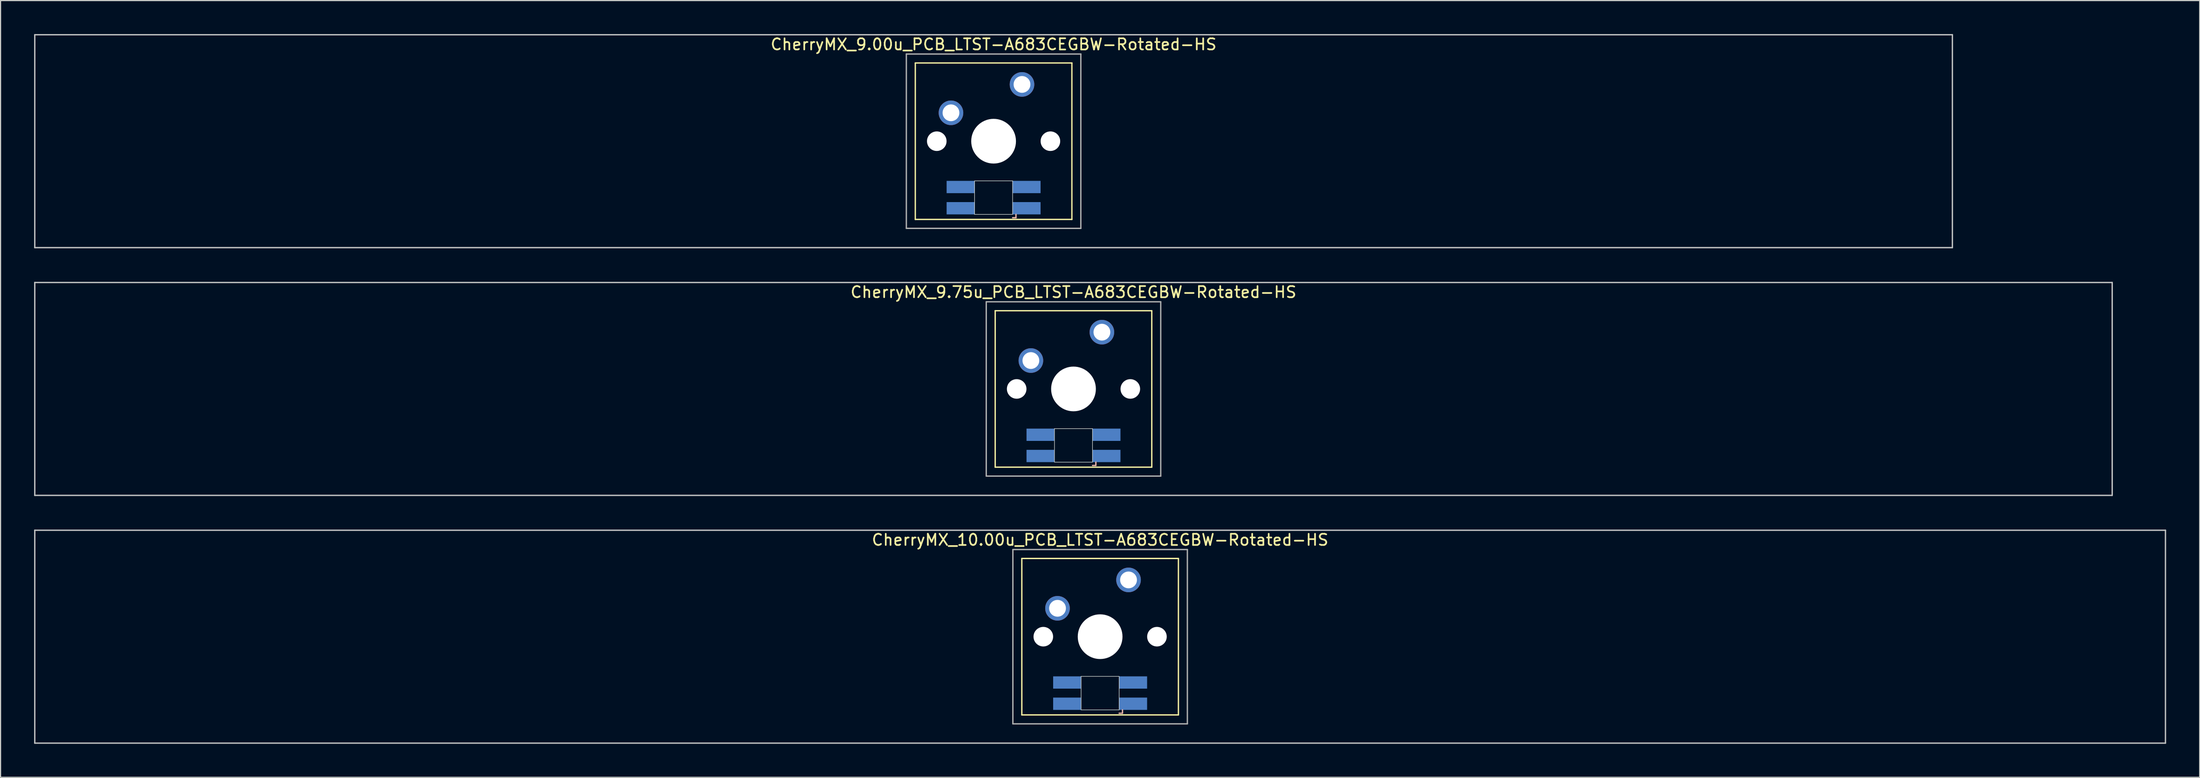
<source format=kicad_pcb>
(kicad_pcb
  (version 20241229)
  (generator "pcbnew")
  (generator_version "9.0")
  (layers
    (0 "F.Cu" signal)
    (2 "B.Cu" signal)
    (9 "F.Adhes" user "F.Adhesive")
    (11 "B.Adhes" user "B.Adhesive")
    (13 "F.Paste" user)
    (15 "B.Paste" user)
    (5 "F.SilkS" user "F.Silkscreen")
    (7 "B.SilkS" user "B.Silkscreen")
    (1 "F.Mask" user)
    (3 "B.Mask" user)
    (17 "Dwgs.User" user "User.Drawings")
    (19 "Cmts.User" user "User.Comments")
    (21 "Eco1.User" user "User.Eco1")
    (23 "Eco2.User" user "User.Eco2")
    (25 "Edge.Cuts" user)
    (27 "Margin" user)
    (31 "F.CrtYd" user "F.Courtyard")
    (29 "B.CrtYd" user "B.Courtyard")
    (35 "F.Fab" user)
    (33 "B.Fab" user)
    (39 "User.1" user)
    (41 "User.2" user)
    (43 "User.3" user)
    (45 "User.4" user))
  (footprint "CherryMX_9.00u_PCB_LTST-A683CEGBW-Rotated-HS"
    (layer "F.Cu")
    (at 85.785 9.585)
    (property "Reference" "CherryMX_9.00u_PCB_LTST-A683CEGBW-Rotated-HS" (at 0 -8.662 0) (layer "F.SilkS") (effects (font (size 1 1) (thickness 0.15))))
    (attr through_hole)
    (fp_line (start -7 -7) (end -7 7) (stroke (width 0.12) (type solid)) (layer "F.SilkS"))
    (fp_line (start -7 -7) (end 7 -7) (stroke (width 0.12) (type solid)) (layer "F.SilkS"))
    (fp_line (start 7 -7) (end 7 7) (stroke (width 0.12) (type solid)) (layer "F.SilkS"))
    (fp_line (start 7 7) (end -7 7) (stroke (width 0.12) (type solid)) (layer "F.SilkS"))
    (fp_line (start 1.7 6.85) (end 2 6.85) (stroke (width 0.12) (type solid)) (layer "B.SilkS"))
    (fp_line (start 2 6.85) (end 2 6.55) (stroke (width 0.12) (type solid)) (layer "B.SilkS"))
    (fp_line (start -85.725 -9.525) (end 85.725 -9.525) (stroke (width 0.12) (type solid)) (layer "Dwgs.User"))
    (fp_line (start -85.725 9.525) (end -85.725 -9.525) (stroke (width 0.12) (type solid)) (layer "Dwgs.User"))
    (fp_line (start 85.725 -9.525) (end 85.725 9.525) (stroke (width 0.12) (type solid)) (layer "Dwgs.User"))
    (fp_line (start 85.725 9.525) (end -85.725 9.525) (stroke (width 0.12) (type solid)) (layer "Dwgs.User"))
    (fp_line (start -1.7 3.55) (end 1.7 3.55) (stroke (width 0.05) (type solid)) (layer "Edge.Cuts"))
    (fp_line (start -1.7 6.55) (end -1.7 3.55) (stroke (width 0.05) (type solid)) (layer "Edge.Cuts"))
    (fp_line (start 1.7 3.55) (end 1.7 6.55) (stroke (width 0.05) (type solid)) (layer "Edge.Cuts"))
    (fp_line (start 1.7 6.55) (end -1.7 6.55) (stroke (width 0.05) (type solid)) (layer "Edge.Cuts"))
    (fp_line (start -7.8 -7.8) (end -7.8 7.8) (stroke (width 0.12) (type solid)) (layer "F.Fab"))
    (fp_line (start -7.8 -7.8) (end 7.8 -7.8) (stroke (width 0.12) (type solid)) (layer "F.Fab"))
    (fp_line (start -7.8 7.8) (end 7.8 7.8) (stroke (width 0.12) (type solid)) (layer "F.Fab"))
    (fp_line (start 7.8 -7.8) (end 7.8 7.8) (stroke (width 0.12) (type solid)) (layer "F.Fab"))
    (pad "" np_thru_hole circle (at -5.08 0) (size 1.75 1.75) (drill 1.75) (layers "*.Cu" "*.Mask"))
    (pad "" np_thru_hole circle (at 0 0) (size 4 4) (drill 4) (layers "*.Cu" "*.Mask"))
    (pad "" np_thru_hole circle (at 5.08 0) (size 1.75 1.75) (drill 1.75) (layers "*.Cu" "*.Mask"))
    (pad "1" thru_hole circle (at -3.81 -2.54) (size 2.2 2.2) (drill 1.5) (layers "*.Cu" "*.Mask"))
    (pad "2" thru_hole circle (at 2.54 -5.08) (size 2.2 2.2) (drill 1.5) (layers "*.Cu" "*.Mask"))
    (pad "3" smd rect (at 2.95 6) (size 2.5 1.1) (layers "B.Cu" "B.Mask" "B.Paste"))
    (pad "4" smd rect (at 2.95 4.1) (size 2.5 1.1) (layers "B.Cu" "B.Mask" "B.Paste"))
    (pad "5" smd rect (at -2.95 6) (size 2.5 1.1) (layers "B.Cu" "B.Mask" "B.Paste"))
    (pad "6" smd rect (at -2.95 4.1) (size 2.5 1.1) (layers "B.Cu" "B.Mask" "B.Paste")))
  (footprint "CherryMX_10.00u_PCB_LTST-A683CEGBW-Rotated-HS"
    (layer "F.Cu")
    (at 95.31 53.925)
    (property "Reference" "CherryMX_10.00u_PCB_LTST-A683CEGBW-Rotated-HS" (at 0 -8.662 0) (layer "F.SilkS") (effects (font (size 1 1) (thickness 0.15))))
    (attr through_hole)
    (fp_line (start -7 -7) (end -7 7) (stroke (width 0.12) (type solid)) (layer "F.SilkS"))
    (fp_line (start -7 -7) (end 7 -7) (stroke (width 0.12) (type solid)) (layer "F.SilkS"))
    (fp_line (start 7 -7) (end 7 7) (stroke (width 0.12) (type solid)) (layer "F.SilkS"))
    (fp_line (start 7 7) (end -7 7) (stroke (width 0.12) (type solid)) (layer "F.SilkS"))
    (fp_line (start 1.7 6.85) (end 2 6.85) (stroke (width 0.12) (type solid)) (layer "B.SilkS"))
    (fp_line (start 2 6.85) (end 2 6.55) (stroke (width 0.12) (type solid)) (layer "B.SilkS"))
    (fp_line (start -95.25 -9.525) (end 95.25 -9.525) (stroke (width 0.12) (type solid)) (layer "Dwgs.User"))
    (fp_line (start -95.25 9.525) (end -95.25 -9.525) (stroke (width 0.12) (type solid)) (layer "Dwgs.User"))
    (fp_line (start 95.25 -9.525) (end 95.25 9.525) (stroke (width 0.12) (type solid)) (layer "Dwgs.User"))
    (fp_line (start 95.25 9.525) (end -95.25 9.525) (stroke (width 0.12) (type solid)) (layer "Dwgs.User"))
    (fp_line (start -1.7 3.55) (end 1.7 3.55) (stroke (width 0.05) (type solid)) (layer "Edge.Cuts"))
    (fp_line (start -1.7 6.55) (end -1.7 3.55) (stroke (width 0.05) (type solid)) (layer "Edge.Cuts"))
    (fp_line (start 1.7 3.55) (end 1.7 6.55) (stroke (width 0.05) (type solid)) (layer "Edge.Cuts"))
    (fp_line (start 1.7 6.55) (end -1.7 6.55) (stroke (width 0.05) (type solid)) (layer "Edge.Cuts"))
    (fp_line (start -7.8 -7.8) (end -7.8 7.8) (stroke (width 0.12) (type solid)) (layer "F.Fab"))
    (fp_line (start -7.8 -7.8) (end 7.8 -7.8) (stroke (width 0.12) (type solid)) (layer "F.Fab"))
    (fp_line (start -7.8 7.8) (end 7.8 7.8) (stroke (width 0.12) (type solid)) (layer "F.Fab"))
    (fp_line (start 7.8 -7.8) (end 7.8 7.8) (stroke (width 0.12) (type solid)) (layer "F.Fab"))
    (pad "" np_thru_hole circle (at -5.08 0) (size 1.75 1.75) (drill 1.75) (layers "*.Cu" "*.Mask"))
    (pad "" np_thru_hole circle (at 0 0) (size 4 4) (drill 4) (layers "*.Cu" "*.Mask"))
    (pad "" np_thru_hole circle (at 5.08 0) (size 1.75 1.75) (drill 1.75) (layers "*.Cu" "*.Mask"))
    (pad "1" thru_hole circle (at -3.81 -2.54) (size 2.2 2.2) (drill 1.5) (layers "*.Cu" "*.Mask"))
    (pad "2" thru_hole circle (at 2.54 -5.08) (size 2.2 2.2) (drill 1.5) (layers "*.Cu" "*.Mask"))
    (pad "3" smd rect (at 2.95 6) (size 2.5 1.1) (layers "B.Cu" "B.Mask" "B.Paste"))
    (pad "4" smd rect (at 2.95 4.1) (size 2.5 1.1) (layers "B.Cu" "B.Mask" "B.Paste"))
    (pad "5" smd rect (at -2.95 6) (size 2.5 1.1) (layers "B.Cu" "B.Mask" "B.Paste"))
    (pad "6" smd rect (at -2.95 4.1) (size 2.5 1.1) (layers "B.Cu" "B.Mask" "B.Paste")))
  (footprint "CherryMX_9.75u_PCB_LTST-A683CEGBW-Rotated-HS"
    (layer "F.Cu")
    (at 92.929 31.755)
    (property "Reference" "CherryMX_9.75u_PCB_LTST-A683CEGBW-Rotated-HS" (at 0 -8.662 0) (layer "F.SilkS") (effects (font (size 1 1) (thickness 0.15))))
    (attr through_hole)
    (fp_line (start -7 -7) (end -7 7) (stroke (width 0.12) (type solid)) (layer "F.SilkS"))
    (fp_line (start -7 -7) (end 7 -7) (stroke (width 0.12) (type solid)) (layer "F.SilkS"))
    (fp_line (start 7 -7) (end 7 7) (stroke (width 0.12) (type solid)) (layer "F.SilkS"))
    (fp_line (start 7 7) (end -7 7) (stroke (width 0.12) (type solid)) (layer "F.SilkS"))
    (fp_line (start 1.7 6.85) (end 2 6.85) (stroke (width 0.12) (type solid)) (layer "B.SilkS"))
    (fp_line (start 2 6.85) (end 2 6.55) (stroke (width 0.12) (type solid)) (layer "B.SilkS"))
    (fp_line (start -92.869 -9.525) (end 92.869 -9.525) (stroke (width 0.12) (type solid)) (layer "Dwgs.User"))
    (fp_line (start -92.869 9.525) (end -92.869 -9.525) (stroke (width 0.12) (type solid)) (layer "Dwgs.User"))
    (fp_line (start 92.869 -9.525) (end 92.869 9.525) (stroke (width 0.12) (type solid)) (layer "Dwgs.User"))
    (fp_line (start 92.869 9.525) (end -92.869 9.525) (stroke (width 0.12) (type solid)) (layer "Dwgs.User"))
    (fp_line (start -1.7 3.55) (end 1.7 3.55) (stroke (width 0.05) (type solid)) (layer "Edge.Cuts"))
    (fp_line (start -1.7 6.55) (end -1.7 3.55) (stroke (width 0.05) (type solid)) (layer "Edge.Cuts"))
    (fp_line (start 1.7 3.55) (end 1.7 6.55) (stroke (width 0.05) (type solid)) (layer "Edge.Cuts"))
    (fp_line (start 1.7 6.55) (end -1.7 6.55) (stroke (width 0.05) (type solid)) (layer "Edge.Cuts"))
    (fp_line (start -7.8 -7.8) (end -7.8 7.8) (stroke (width 0.12) (type solid)) (layer "F.Fab"))
    (fp_line (start -7.8 -7.8) (end 7.8 -7.8) (stroke (width 0.12) (type solid)) (layer "F.Fab"))
    (fp_line (start -7.8 7.8) (end 7.8 7.8) (stroke (width 0.12) (type solid)) (layer "F.Fab"))
    (fp_line (start 7.8 -7.8) (end 7.8 7.8) (stroke (width 0.12) (type solid)) (layer "F.Fab"))
    (pad "" np_thru_hole circle (at -5.08 0) (size 1.75 1.75) (drill 1.75) (layers "*.Cu" "*.Mask"))
    (pad "" np_thru_hole circle (at 0 0) (size 4 4) (drill 4) (layers "*.Cu" "*.Mask"))
    (pad "" np_thru_hole circle (at 5.08 0) (size 1.75 1.75) (drill 1.75) (layers "*.Cu" "*.Mask"))
    (pad "1" thru_hole circle (at -3.81 -2.54) (size 2.2 2.2) (drill 1.5) (layers "*.Cu" "*.Mask"))
    (pad "2" thru_hole circle (at 2.54 -5.08) (size 2.2 2.2) (drill 1.5) (layers "*.Cu" "*.Mask"))
    (pad "3" smd rect (at 2.95 6) (size 2.5 1.1) (layers "B.Cu" "B.Mask" "B.Paste"))
    (pad "4" smd rect (at 2.95 4.1) (size 2.5 1.1) (layers "B.Cu" "B.Mask" "B.Paste"))
    (pad "5" smd rect (at -2.95 6) (size 2.5 1.1) (layers "B.Cu" "B.Mask" "B.Paste"))
    (pad "6" smd rect (at -2.95 4.1) (size 2.5 1.1) (layers "B.Cu" "B.Mask" "B.Paste")))
  (gr_rect
    (start -3 -3)
    (end 193.62 66.51)
    (stroke (width 0.1) (type default))
    (fill no)
    (layer "Edge.Cuts")))
</source>
